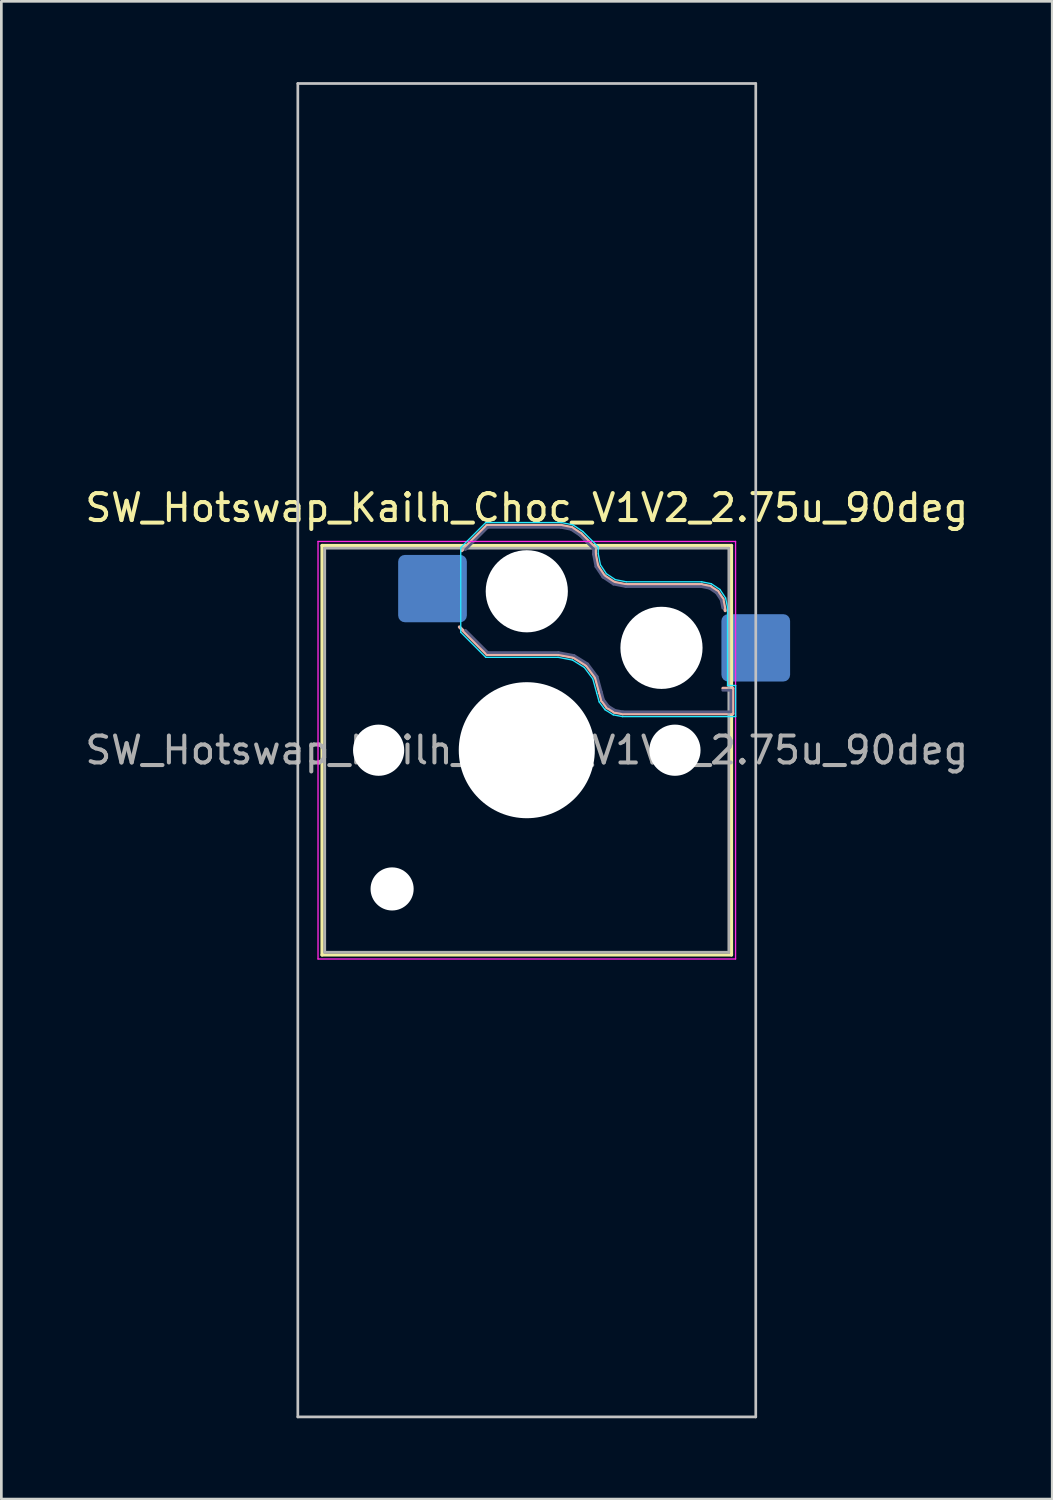
<source format=kicad_pcb>
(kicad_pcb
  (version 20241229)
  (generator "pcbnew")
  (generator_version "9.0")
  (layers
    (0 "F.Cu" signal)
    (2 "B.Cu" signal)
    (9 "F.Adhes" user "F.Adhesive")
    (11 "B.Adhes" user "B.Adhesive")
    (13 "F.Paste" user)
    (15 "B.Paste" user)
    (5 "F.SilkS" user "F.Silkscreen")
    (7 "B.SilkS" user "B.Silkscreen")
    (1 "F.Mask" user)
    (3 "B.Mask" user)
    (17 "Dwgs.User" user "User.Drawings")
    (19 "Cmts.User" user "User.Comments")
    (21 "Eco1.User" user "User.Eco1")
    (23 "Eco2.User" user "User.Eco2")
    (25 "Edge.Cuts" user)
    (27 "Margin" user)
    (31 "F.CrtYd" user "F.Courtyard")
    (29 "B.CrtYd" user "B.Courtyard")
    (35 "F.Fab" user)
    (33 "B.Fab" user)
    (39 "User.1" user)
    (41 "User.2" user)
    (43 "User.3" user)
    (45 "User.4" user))
  (footprint "SW_Hotswap_Kailh_Choc_V1V2_2.75u_90deg"
    (layer "F.Cu")
    (at 16.506 24.8)
    (property "Reference" "SW_Hotswap_Kailh_Choc_V1V2_2.75u_90deg" (at 0 -9 0) (layer "F.SilkS") (effects (font (size 1 1) (thickness 0.15))))
    (attr smd)
    (fp_line (start -7.6 -7.6) (end -7.6 7.6) (stroke (width 0.12) (type solid)) (layer "F.SilkS"))
    (fp_line (start -7.6 7.6) (end 7.6 7.6) (stroke (width 0.12) (type solid)) (layer "F.SilkS"))
    (fp_line (start 7.6 -7.6) (end -7.6 -7.6) (stroke (width 0.12) (type solid)) (layer "F.SilkS"))
    (fp_line (start 7.6 7.6) (end 7.6 -7.6) (stroke (width 0.12) (type solid)) (layer "F.SilkS"))
    (fp_line (start -2.416 -7.409) (end -1.479 -8.346) (stroke (width 0.12) (type solid)) (layer "B.SilkS"))
    (fp_line (start -1.479 -8.346) (end 1.268 -8.346) (stroke (width 0.12) (type solid)) (layer "B.SilkS"))
    (fp_line (start -1.479 -3.554) (end -2.5 -4.575) (stroke (width 0.12) (type solid)) (layer "B.SilkS"))
    (fp_line (start 1.168 -3.554) (end -1.479 -3.554) (stroke (width 0.12) (type solid)) (layer "B.SilkS"))
    (fp_line (start 1.268 -8.346) (end 1.671 -8.266) (stroke (width 0.12) (type solid)) (layer "B.SilkS"))
    (fp_line (start 1.671 -8.266) (end 2.013 -8.037) (stroke (width 0.12) (type solid)) (layer "B.SilkS"))
    (fp_line (start 1.73 -3.449) (end 1.168 -3.554) (stroke (width 0.12) (type solid)) (layer "B.SilkS"))
    (fp_line (start 2.013 -8.037) (end 2.546 -7.504) (stroke (width 0.12) (type solid)) (layer "B.SilkS"))
    (fp_line (start 2.209 -3.15) (end 1.73 -3.449) (stroke (width 0.12) (type solid)) (layer "B.SilkS"))
    (fp_line (start 2.546 -7.504) (end 2.546 -7.282) (stroke (width 0.12) (type solid)) (layer "B.SilkS"))
    (fp_line (start 2.546 -7.282) (end 2.633 -6.844) (stroke (width 0.12) (type solid)) (layer "B.SilkS"))
    (fp_line (start 2.547 -2.697) (end 2.209 -3.15) (stroke (width 0.12) (type solid)) (layer "B.SilkS"))
    (fp_line (start 2.633 -6.844) (end 2.877 -6.477) (stroke (width 0.12) (type solid)) (layer "B.SilkS"))
    (fp_line (start 2.701 -2.139) (end 2.547 -2.697) (stroke (width 0.12) (type solid)) (layer "B.SilkS"))
    (fp_line (start 2.783 -1.841) (end 2.701 -2.139) (stroke (width 0.12) (type solid)) (layer "B.SilkS"))
    (fp_line (start 2.877 -6.477) (end 3.244 -6.233) (stroke (width 0.12) (type solid)) (layer "B.SilkS"))
    (fp_line (start 2.976 -1.583) (end 2.783 -1.841) (stroke (width 0.12) (type solid)) (layer "B.SilkS"))
    (fp_line (start 3.244 -6.233) (end 3.682 -6.146) (stroke (width 0.12) (type solid)) (layer "B.SilkS"))
    (fp_line (start 3.25 -1.413) (end 2.976 -1.583) (stroke (width 0.12) (type solid)) (layer "B.SilkS"))
    (fp_line (start 3.56 -1.354) (end 3.25 -1.413) (stroke (width 0.12) (type solid)) (layer "B.SilkS"))
    (fp_line (start 3.682 -6.146) (end 6.482 -6.146) (stroke (width 0.12) (type solid)) (layer "B.SilkS"))
    (fp_line (start 6.482 -6.146) (end 6.809 -6.081) (stroke (width 0.12) (type solid)) (layer "B.SilkS"))
    (fp_line (start 6.809 -6.081) (end 7.092 -5.892) (stroke (width 0.12) (type solid)) (layer "B.SilkS"))
    (fp_line (start 7.092 -5.892) (end 7.281 -5.609) (stroke (width 0.12) (type solid)) (layer "B.SilkS"))
    (fp_line (start 7.281 -5.609) (end 7.366 -5.182) (stroke (width 0.12) (type solid)) (layer "B.SilkS"))
    (fp_line (start 7.283 -2.296) (end 7.646 -2.296) (stroke (width 0.12) (type solid)) (layer "B.SilkS"))
    (fp_line (start 7.646 -2.296) (end 7.646 -1.354) (stroke (width 0.12) (type solid)) (layer "B.SilkS"))
    (fp_line (start 7.646 -1.354) (end 3.56 -1.354) (stroke (width 0.12) (type solid)) (layer "B.SilkS"))
    (fp_line (start -8.5 -24.75) (end 8.5 -24.75) (stroke (width 0.1) (type solid)) (layer "Dwgs.User"))
    (fp_line (start -8.5 24.75) (end -8.5 -24.75) (stroke (width 0.1) (type solid)) (layer "Dwgs.User"))
    (fp_line (start 8.5 -24.75) (end 8.5 24.75) (stroke (width 0.1) (type solid)) (layer "Dwgs.User"))
    (fp_line (start 8.5 24.75) (end -8.5 24.75) (stroke (width 0.1) (type solid)) (layer "Dwgs.User"))
    (fp_line (start -7.25 -7.25) (end -7.25 7.25) (stroke (width 0.1) (type solid)) (layer "Eco1.User"))
    (fp_line (start -7.25 7.25) (end 7.25 7.25) (stroke (width 0.1) (type solid)) (layer "Eco1.User"))
    (fp_line (start 7.25 -7.25) (end -7.25 -7.25) (stroke (width 0.1) (type solid)) (layer "Eco1.User"))
    (fp_line (start 7.25 7.25) (end 7.25 -7.25) (stroke (width 0.1) (type solid)) (layer "Eco1.User"))
    (fp_line (start -2.452 -7.523) (end -1.523 -8.452) (stroke (width 0.05) (type solid)) (layer "B.CrtYd"))
    (fp_line (start -2.452 -4.377) (end -2.452 -7.523) (stroke (width 0.05) (type solid)) (layer "B.CrtYd"))
    (fp_line (start -1.523 -8.452) (end 1.278 -8.452) (stroke (width 0.05) (type solid)) (layer "B.CrtYd"))
    (fp_line (start -1.523 -3.448) (end -2.452 -4.377) (stroke (width 0.05) (type solid)) (layer "B.CrtYd"))
    (fp_line (start 1.159 -3.448) (end -1.523 -3.448) (stroke (width 0.05) (type solid)) (layer "B.CrtYd"))
    (fp_line (start 1.278 -8.452) (end 1.712 -8.366) (stroke (width 0.05) (type solid)) (layer "B.CrtYd"))
    (fp_line (start 1.691 -3.348) (end 1.159 -3.448) (stroke (width 0.05) (type solid)) (layer "B.CrtYd"))
    (fp_line (start 1.712 -8.366) (end 2.081 -8.119) (stroke (width 0.05) (type solid)) (layer "B.CrtYd"))
    (fp_line (start 2.081 -8.119) (end 2.652 -7.548) (stroke (width 0.05) (type solid)) (layer "B.CrtYd"))
    (fp_line (start 2.136 -3.071) (end 1.691 -3.348) (stroke (width 0.05) (type solid)) (layer "B.CrtYd"))
    (fp_line (start 2.45 -2.65) (end 2.136 -3.071) (stroke (width 0.05) (type solid)) (layer "B.CrtYd"))
    (fp_line (start 2.599 -2.111) (end 2.45 -2.65) (stroke (width 0.05) (type solid)) (layer "B.CrtYd"))
    (fp_line (start 2.652 -7.548) (end 2.652 -7.292) (stroke (width 0.05) (type solid)) (layer "B.CrtYd"))
    (fp_line (start 2.652 -7.292) (end 2.733 -6.885) (stroke (width 0.05) (type solid)) (layer "B.CrtYd"))
    (fp_line (start 2.687 -1.794) (end 2.599 -2.111) (stroke (width 0.05) (type solid)) (layer "B.CrtYd"))
    (fp_line (start 2.733 -6.885) (end 2.953 -6.553) (stroke (width 0.05) (type solid)) (layer "B.CrtYd"))
    (fp_line (start 2.903 -1.503) (end 2.687 -1.794) (stroke (width 0.05) (type solid)) (layer "B.CrtYd"))
    (fp_line (start 2.953 -6.553) (end 3.285 -6.333) (stroke (width 0.05) (type solid)) (layer "B.CrtYd"))
    (fp_line (start 3.211 -1.312) (end 2.903 -1.503) (stroke (width 0.05) (type solid)) (layer "B.CrtYd"))
    (fp_line (start 3.285 -6.333) (end 3.692 -6.252) (stroke (width 0.05) (type solid)) (layer "B.CrtYd"))
    (fp_line (start 3.55 -1.248) (end 3.211 -1.312) (stroke (width 0.05) (type solid)) (layer "B.CrtYd"))
    (fp_line (start 3.692 -6.252) (end 6.492 -6.252) (stroke (width 0.05) (type solid)) (layer "B.CrtYd"))
    (fp_line (start 6.492 -6.252) (end 6.85 -6.181) (stroke (width 0.05) (type solid)) (layer "B.CrtYd"))
    (fp_line (start 6.85 -6.181) (end 7.168 -5.968) (stroke (width 0.05) (type solid)) (layer "B.CrtYd"))
    (fp_line (start 7.168 -5.968) (end 7.381 -5.65) (stroke (width 0.05) (type solid)) (layer "B.CrtYd"))
    (fp_line (start 7.381 -5.65) (end 7.452 -5.292) (stroke (width 0.05) (type solid)) (layer "B.CrtYd"))
    (fp_line (start 7.452 -5.292) (end 7.452 -2.402) (stroke (width 0.05) (type solid)) (layer "B.CrtYd"))
    (fp_line (start 7.452 -2.402) (end 7.752 -2.402) (stroke (width 0.05) (type solid)) (layer "B.CrtYd"))
    (fp_line (start 7.752 -2.402) (end 7.752 -1.248) (stroke (width 0.05) (type solid)) (layer "B.CrtYd"))
    (fp_line (start 7.752 -1.248) (end 3.55 -1.248) (stroke (width 0.05) (type solid)) (layer "B.CrtYd"))
    (fp_line (start -7.75 -7.75) (end -7.75 7.75) (stroke (width 0.05) (type solid)) (layer "F.CrtYd"))
    (fp_line (start -7.75 7.75) (end 7.75 7.75) (stroke (width 0.05) (type solid)) (layer "F.CrtYd"))
    (fp_line (start 7.75 -7.75) (end -7.75 -7.75) (stroke (width 0.05) (type solid)) (layer "F.CrtYd"))
    (fp_line (start 7.75 7.75) (end 7.75 -7.75) (stroke (width 0.05) (type solid)) (layer "F.CrtYd"))
    (fp_line (start -2.275 -7.45) (end -1.45 -8.275) (stroke (width 0.1) (type solid)) (layer "B.Fab"))
    (fp_line (start -1.45 -8.275) (end 1.261 -8.275) (stroke (width 0.1) (type solid)) (layer "B.Fab"))
    (fp_line (start -1.45 -3.625) (end -2.275 -4.45) (stroke (width 0.1) (type solid)) (layer "B.Fab"))
    (fp_line (start 1.175 -3.625) (end -1.45 -3.625) (stroke (width 0.1) (type solid)) (layer "B.Fab"))
    (fp_line (start 1.261 -8.275) (end 1.643 -8.199) (stroke (width 0.1) (type solid)) (layer "B.Fab"))
    (fp_line (start 1.643 -8.199) (end 1.968 -7.982) (stroke (width 0.1) (type solid)) (layer "B.Fab"))
    (fp_line (start 1.756 -3.516) (end 1.175 -3.625) (stroke (width 0.1) (type solid)) (layer "B.Fab"))
    (fp_line (start 1.968 -7.982) (end 2.475 -7.475) (stroke (width 0.1) (type solid)) (layer "B.Fab"))
    (fp_line (start 2.258 -3.203) (end 1.756 -3.516) (stroke (width 0.1) (type solid)) (layer "B.Fab"))
    (fp_line (start 2.475 -7.475) (end 2.475 -7.275) (stroke (width 0.1) (type solid)) (layer "B.Fab"))
    (fp_line (start 2.475 -7.275) (end 2.566 -6.816) (stroke (width 0.1) (type solid)) (layer "B.Fab"))
    (fp_line (start 2.566 -6.816) (end 2.826 -6.426) (stroke (width 0.1) (type solid)) (layer "B.Fab"))
    (fp_line (start 2.612 -2.729) (end 2.258 -3.203) (stroke (width 0.1) (type solid)) (layer "B.Fab"))
    (fp_line (start 2.769 -2.158) (end 2.612 -2.729) (stroke (width 0.1) (type solid)) (layer "B.Fab"))
    (fp_line (start 2.826 -6.426) (end 3.216 -6.166) (stroke (width 0.1) (type solid)) (layer "B.Fab"))
    (fp_line (start 2.848 -1.873) (end 2.769 -2.158) (stroke (width 0.1) (type solid)) (layer "B.Fab"))
    (fp_line (start 3.025 -1.636) (end 2.848 -1.873) (stroke (width 0.1) (type solid)) (layer "B.Fab"))
    (fp_line (start 3.216 -6.166) (end 3.675 -6.075) (stroke (width 0.1) (type solid)) (layer "B.Fab"))
    (fp_line (start 3.276 -1.48) (end 3.025 -1.636) (stroke (width 0.1) (type solid)) (layer "B.Fab"))
    (fp_line (start 3.567 -1.425) (end 3.276 -1.48) (stroke (width 0.1) (type solid)) (layer "B.Fab"))
    (fp_line (start 3.675 -6.075) (end 6.475 -6.075) (stroke (width 0.1) (type solid)) (layer "B.Fab"))
    (fp_line (start 6.475 -6.075) (end 6.781 -6.014) (stroke (width 0.1) (type solid)) (layer "B.Fab"))
    (fp_line (start 6.781 -6.014) (end 7.041 -5.841) (stroke (width 0.1) (type solid)) (layer "B.Fab"))
    (fp_line (start 7.041 -5.841) (end 7.214 -5.581) (stroke (width 0.1) (type solid)) (layer "B.Fab"))
    (fp_line (start 7.214 -5.581) (end 7.275 -5.275) (stroke (width 0.1) (type solid)) (layer "B.Fab"))
    (fp_line (start 7.275 -2.225) (end 7.575 -2.225) (stroke (width 0.1) (type solid)) (layer "B.Fab"))
    (fp_line (start 7.575 -2.225) (end 7.575 -1.425) (stroke (width 0.1) (type solid)) (layer "B.Fab"))
    (fp_line (start 7.575 -1.425) (end 3.567 -1.425) (stroke (width 0.1) (type solid)) (layer "B.Fab"))
    (fp_line (start -7.5 -7.5) (end -7.5 7.5) (stroke (width 0.1) (type solid)) (layer "F.Fab"))
    (fp_line (start -7.5 7.5) (end 7.5 7.5) (stroke (width 0.1) (type solid)) (layer "F.Fab"))
    (fp_line (start 7.5 -7.5) (end -7.5 -7.5) (stroke (width 0.1) (type solid)) (layer "F.Fab"))
    (fp_line (start 7.5 7.5) (end 7.5 -7.5) (stroke (width 0.1) (type solid)) (layer "F.Fab"))
    (fp_text user "${REFERENCE}" (at 0 0 0) (layer "F.Fab") (effects (font (size 1 1) (thickness 0.15))))
    (pad "" np_thru_hole circle (at -5.5 0) (size 1.9 1.9) (drill 1.9) (layers "*.Cu" "*.Mask"))
    (pad "" np_thru_hole circle (at -5 5.15) (size 1.6 1.6) (drill 1.6) (layers "*.Cu" "*.Mask"))
    (pad "" np_thru_hole circle (at 0 -5.9) (size 3.05 3.05) (drill 3.05) (layers "*.Cu" "*.Mask"))
    (pad "" np_thru_hole circle (at 0 0) (size 5.05 5.05) (drill 5.05) (layers "*.Cu" "*.Mask"))
    (pad "" np_thru_hole circle (at 5 -3.8) (size 3.05 3.05) (drill 3.05) (layers "*.Cu" "*.Mask"))
    (pad "" np_thru_hole circle (at 5.5 0) (size 1.9 1.9) (drill 1.9) (layers "*.Cu" "*.Mask"))
    (pad "1" smd roundrect (at -3.5 -6) (size 2.55 2.5) (layers "B.Cu" "B.Mask" "B.Paste") (roundrect_rratio 0.1))
    (pad "2" smd roundrect (at 8.5 -3.8) (size 2.55 2.5) (layers "B.Cu" "B.Mask" "B.Paste") (roundrect_rratio 0.1)))
  (gr_rect
    (start -3 -3)
    (end 36.012 52.6)
    (stroke (width 0.1) (type default))
    (fill no)
    (layer "Edge.Cuts")))
</source>
